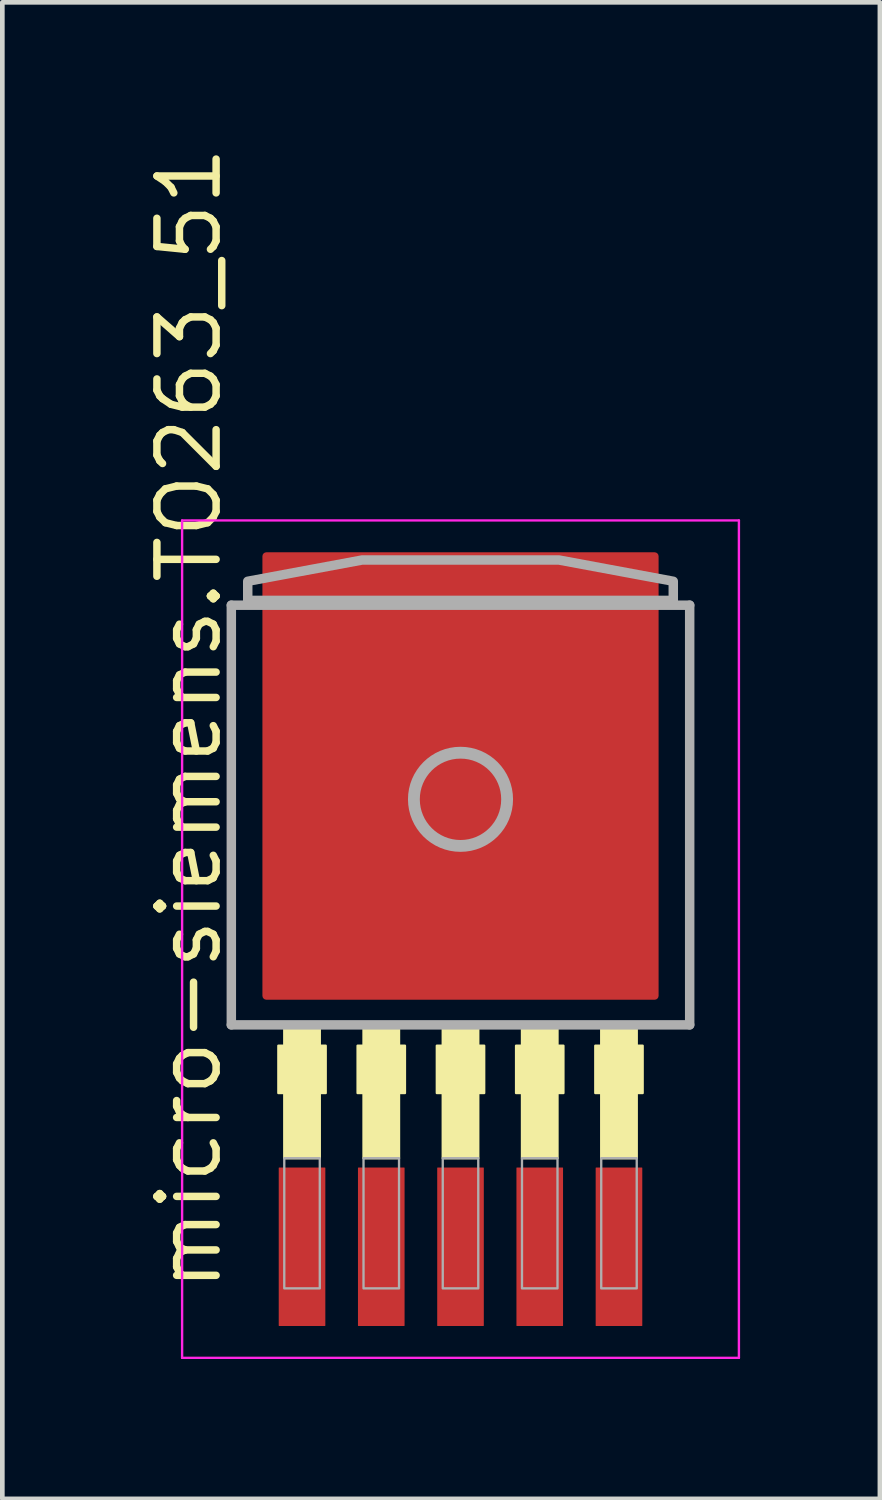
<source format=kicad_pcb>
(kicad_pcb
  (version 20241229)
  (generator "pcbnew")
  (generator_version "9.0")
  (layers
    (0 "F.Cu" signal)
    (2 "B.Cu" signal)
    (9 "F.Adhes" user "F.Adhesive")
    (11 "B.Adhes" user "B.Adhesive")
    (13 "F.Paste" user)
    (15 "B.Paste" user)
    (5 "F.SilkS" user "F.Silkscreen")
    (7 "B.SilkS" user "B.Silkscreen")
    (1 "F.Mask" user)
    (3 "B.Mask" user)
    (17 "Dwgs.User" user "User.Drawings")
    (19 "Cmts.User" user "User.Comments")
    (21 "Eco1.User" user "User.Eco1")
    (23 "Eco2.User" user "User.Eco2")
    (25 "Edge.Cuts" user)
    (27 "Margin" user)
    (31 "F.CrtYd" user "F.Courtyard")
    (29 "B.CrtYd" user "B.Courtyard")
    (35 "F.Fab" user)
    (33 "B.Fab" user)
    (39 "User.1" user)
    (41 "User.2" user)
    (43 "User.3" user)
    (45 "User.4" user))
  (footprint "micro-siemens.TO263_51"
    (layer "F.Cu")
    (at 6.83 17.099)
    (property "Reference" "micro-siemens.TO263_51" (at -5.08 7.62 90) (layer "F.SilkS") (effects (font (size 1.27 1.27) (thickness 0.16)) (justify left bottom)))
    (attr smd)
    (fp_rect (start -3.908 3.302) (end -2.892 2.286) (stroke (width 0.05) (type default)) (fill yes) (layer "F.SilkS"))
    (fp_rect (start -3.781 4.699) (end -3.019 1.905) (stroke (width 0.05) (type default)) (fill yes) (layer "F.SilkS"))
    (fp_rect (start -2.208 3.302) (end -1.192 2.286) (stroke (width 0.05) (type default)) (fill yes) (layer "F.SilkS"))
    (fp_rect (start -2.081 4.699) (end -1.319 1.905) (stroke (width 0.05) (type default)) (fill yes) (layer "F.SilkS"))
    (fp_rect (start -0.508 3.302) (end 0.508 2.286) (stroke (width 0.05) (type default)) (fill yes) (layer "F.SilkS"))
    (fp_rect (start -0.381 4.699) (end 0.381 1.905) (stroke (width 0.05) (type default)) (fill yes) (layer "F.SilkS"))
    (fp_rect (start 1.192 3.302) (end 2.208 2.286) (stroke (width 0.05) (type default)) (fill yes) (layer "F.SilkS"))
    (fp_rect (start 1.319 4.699) (end 2.081 1.905) (stroke (width 0.05) (type default)) (fill yes) (layer "F.SilkS"))
    (fp_rect (start 2.892 3.302) (end 3.908 2.286) (stroke (width 0.05) (type default)) (fill yes) (layer "F.SilkS"))
    (fp_rect (start 3.019 4.699) (end 3.781 1.905) (stroke (width 0.05) (type default)) (fill yes) (layer "F.SilkS"))
    (fp_line (start -5.973 -8.983) (end 5.973 -8.983) (stroke (width 0.051) (type default)) (layer "F.CrtYd"))
    (fp_line (start -5.973 8.983) (end -5.973 -8.983) (stroke (width 0.051) (type default)) (layer "F.CrtYd"))
    (fp_line (start 5.973 -8.983) (end 5.973 8.983) (stroke (width 0.051) (type default)) (layer "F.CrtYd"))
    (fp_line (start 5.973 8.983) (end -5.973 8.983) (stroke (width 0.051) (type default)) (layer "F.CrtYd"))
    (fp_line (start -4.917 -7.165) (end 4.917 -7.165) (stroke (width 0.203) (type default)) (layer "F.Fab"))
    (fp_line (start -4.917 1.839) (end -4.917 -7.165) (stroke (width 0.203) (type default)) (layer "F.Fab"))
    (fp_line (start 4.917 -7.165) (end 4.917 1.839) (stroke (width 0.203) (type default)) (layer "F.Fab"))
    (fp_line (start 4.917 1.839) (end -4.917 1.839) (stroke (width 0.203) (type default)) (layer "F.Fab"))
    (fp_rect (start -3.781 7.493) (end -3.019 4.699) (stroke (width 0.05) (type default)) (fill no) (layer "F.Fab"))
    (fp_rect (start -2.081 7.493) (end -1.319 4.699) (stroke (width 0.05) (type default)) (fill no) (layer "F.Fab"))
    (fp_rect (start -0.381 7.493) (end 0.381 4.699) (stroke (width 0.05) (type default)) (fill no) (layer "F.Fab"))
    (fp_rect (start 1.319 7.493) (end 2.081 4.699) (stroke (width 0.05) (type default)) (fill no) (layer "F.Fab"))
    (fp_rect (start 3.019 7.493) (end 3.781 4.699) (stroke (width 0.05) (type default)) (fill no) (layer "F.Fab"))
    (fp_circle (center 0 -3) (end 1 -3) (stroke (width 0.254) (type default)) (fill no) (layer "F.Fab"))
    (fp_poly (pts (xy -4.565 -7.267) (xy -4.565 -7.678) (xy -2.108 -8.135) (xy 2.108 -8.135) (xy 4.565 -7.678) (xy 4.565 -7.267)) (stroke (width 0.203) (type default)) (fill no) (layer "F.Fab"))
    (pad "1" smd roundrect (at -3.4 6.6) (size 1 3.4) (layers "F.Cu" "F.Mask" "F.Paste") (roundrect_rratio 0.01))
    (pad "2" smd roundrect (at -1.7 6.6) (size 1 3.4) (layers "F.Cu" "F.Mask" "F.Paste") (roundrect_rratio 0.01))
    (pad "3" smd roundrect (at 0 6.6) (size 1 3.4) (layers "F.Cu" "F.Mask" "F.Paste") (roundrect_rratio 0.01))
    (pad "4" smd roundrect (at 1.7 6.6) (size 1 3.4) (layers "F.Cu" "F.Mask" "F.Paste") (roundrect_rratio 0.01))
    (pad "5" smd roundrect (at 3.4 6.6) (size 1 3.4) (layers "F.Cu" "F.Mask" "F.Paste") (roundrect_rratio 0.01))
    (pad "6" smd roundrect (at 0 -3.5) (size 8.5 9.6) (layers "F.Cu" "F.Mask" "F.Paste") (roundrect_rratio 0.01)))
  (gr_rect
    (start -3 -3)
    (end 15.828 29.107)
    (stroke (width 0.1) (type default))
    (fill no)
    (layer "Edge.Cuts")))
</source>
